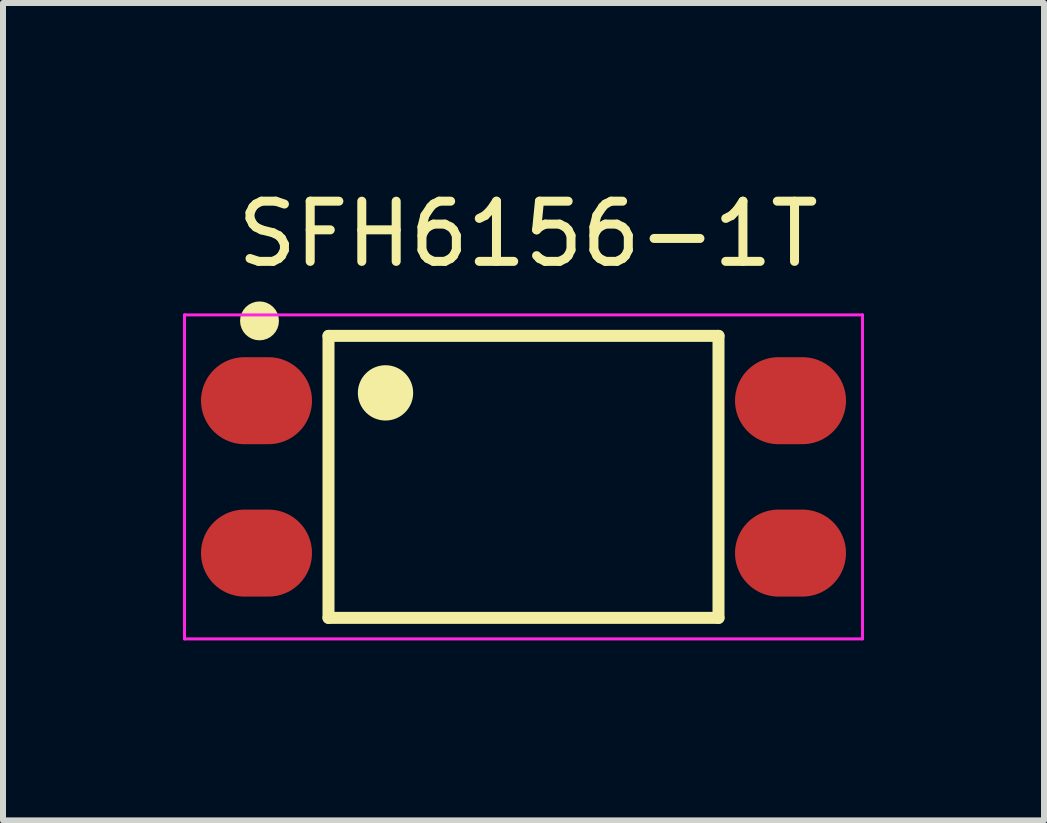
<source format=kicad_pcb>
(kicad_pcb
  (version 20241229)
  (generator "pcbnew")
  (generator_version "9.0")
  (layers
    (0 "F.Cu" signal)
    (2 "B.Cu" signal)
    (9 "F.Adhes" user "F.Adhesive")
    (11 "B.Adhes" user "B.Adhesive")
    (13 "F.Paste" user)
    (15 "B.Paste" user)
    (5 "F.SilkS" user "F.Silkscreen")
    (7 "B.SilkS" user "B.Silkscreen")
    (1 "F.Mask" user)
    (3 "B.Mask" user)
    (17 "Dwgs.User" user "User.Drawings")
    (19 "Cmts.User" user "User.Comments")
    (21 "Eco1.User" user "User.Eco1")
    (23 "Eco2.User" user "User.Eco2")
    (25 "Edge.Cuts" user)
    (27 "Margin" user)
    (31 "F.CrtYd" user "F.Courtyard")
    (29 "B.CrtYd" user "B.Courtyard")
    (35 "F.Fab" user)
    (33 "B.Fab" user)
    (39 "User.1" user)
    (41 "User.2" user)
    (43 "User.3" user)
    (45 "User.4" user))
  (footprint "SFH6156-1T"
    (layer "F.Cu")
    (at 5.675 4.898)
    (property "Reference" "SFH6156-1T" (at 0.075 -4.048 0) (layer "F.SilkS") (effects (font (size 1.003 1.003) (thickness 0.15))))
    (attr smd)
    (fp_line (start -3.25 -2.35) (end 3.25 -2.35) (stroke (width 0.2) (type solid)) (layer "F.SilkS"))
    (fp_line (start -3.25 2.35) (end -3.25 -2.35) (stroke (width 0.2) (type solid)) (layer "F.SilkS"))
    (fp_line (start 3.25 -2.35) (end 3.25 2.35) (stroke (width 0.2) (type solid)) (layer "F.SilkS"))
    (fp_line (start 3.25 2.35) (end -3.25 2.35) (stroke (width 0.2) (type solid)) (layer "F.SilkS"))
    (fp_circle (center -4.4 -2.6) (end -4.176 -2.6) (stroke (width 0.2) (type solid)) (fill no) (layer "F.SilkS"))
    (fp_circle (center -2.3 -1.4) (end -1.939 -1.4) (stroke (width 0.2) (type solid)) (fill no) (layer "F.SilkS"))
    (fp_poly (pts (xy -4.613 -2.8) (xy -4.2 -2.8) (xy -4.2 -2.407) (xy -4.613 -2.407)) (stroke (width 0.01) (type solid)) (fill yes) (layer "F.SilkS"))
    (fp_poly (pts (xy -2.606 -1.7) (xy -2 -1.7) (xy -2 -1.103) (xy -2.606 -1.103)) (stroke (width 0.01) (type solid)) (fill yes) (layer "F.SilkS"))
    (fp_line (start -5.65 -2.7) (end 5.65 -2.7) (stroke (width 0.05) (type solid)) (layer "F.CrtYd"))
    (fp_line (start -5.65 2.7) (end -5.65 -2.7) (stroke (width 0.05) (type solid)) (layer "F.CrtYd"))
    (fp_line (start 5.65 -2.7) (end 5.65 2.7) (stroke (width 0.05) (type solid)) (layer "F.CrtYd"))
    (fp_line (start 5.65 2.7) (end -5.65 2.7) (stroke (width 0.05) (type solid)) (layer "F.CrtYd"))
    (pad "1" smd oval (at -4.45 -1.27) (size 1.85 1.45) (layers "F.Cu" "F.Mask" "F.Paste"))
    (pad "2" smd oval (at -4.45 1.27) (size 1.85 1.45) (layers "F.Cu" "F.Mask" "F.Paste"))
    (pad "3" smd oval (at 4.45 1.27) (size 1.85 1.45) (layers "F.Cu" "F.Mask" "F.Paste"))
    (pad "4" smd oval (at 4.45 -1.27) (size 1.85 1.45) (layers "F.Cu" "F.Mask" "F.Paste")))
  (gr_rect
    (start -3 -3)
    (end 14.35 10.623)
    (stroke (width 0.1) (type default))
    (fill no)
    (layer "Edge.Cuts")))
</source>
